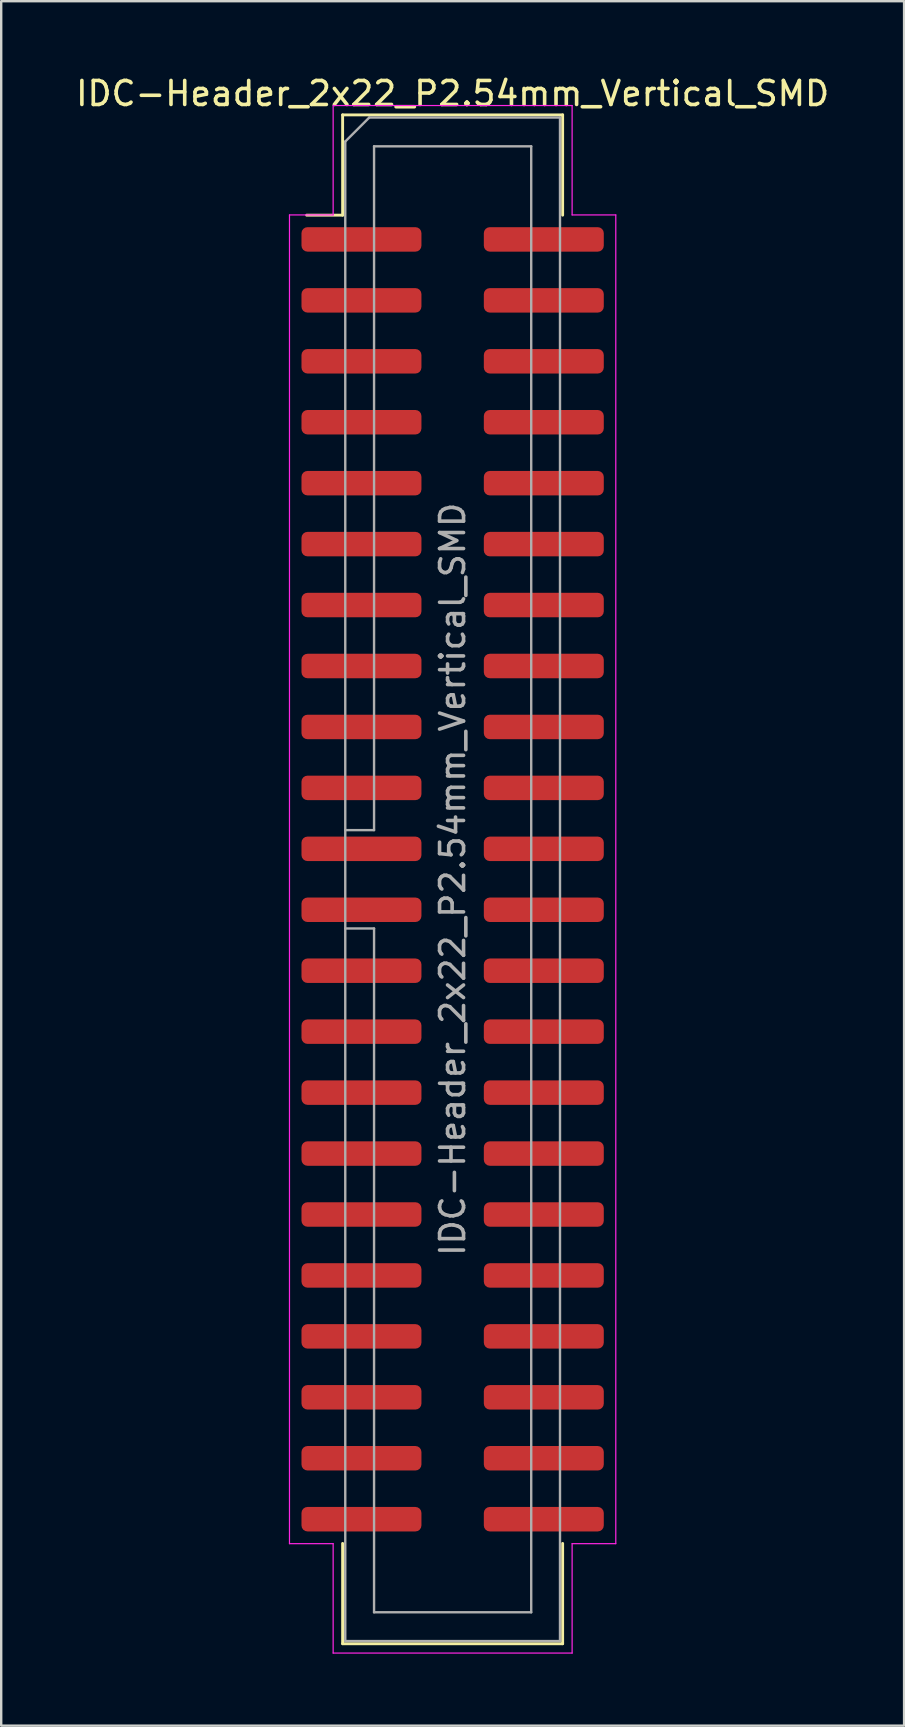
<source format=kicad_pcb>
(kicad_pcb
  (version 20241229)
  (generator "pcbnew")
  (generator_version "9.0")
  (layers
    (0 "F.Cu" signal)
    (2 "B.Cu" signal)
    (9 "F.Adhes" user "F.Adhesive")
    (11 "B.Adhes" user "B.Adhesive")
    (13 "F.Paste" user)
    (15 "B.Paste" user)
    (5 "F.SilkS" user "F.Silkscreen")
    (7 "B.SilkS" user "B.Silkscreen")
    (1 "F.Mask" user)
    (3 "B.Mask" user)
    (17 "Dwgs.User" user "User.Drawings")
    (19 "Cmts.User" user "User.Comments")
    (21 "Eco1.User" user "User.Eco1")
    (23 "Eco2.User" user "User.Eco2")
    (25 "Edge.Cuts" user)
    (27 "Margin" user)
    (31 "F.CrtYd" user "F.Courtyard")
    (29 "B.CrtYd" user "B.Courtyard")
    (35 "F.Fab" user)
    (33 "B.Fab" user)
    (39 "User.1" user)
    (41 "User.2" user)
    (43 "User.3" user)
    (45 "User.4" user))
  (footprint "IDC-Header_2x22_P2.54mm_Vertical_SMD"
    (layer "F.Cu")
    (at 15.815 33.598)
    (property "Reference" "IDC-Header_2x22_P2.54mm_Vertical_SMD" (at 0 -32.75 0) (layer "F.SilkS") (effects (font (size 1 1) (thickness 0.15))))
    (attr smd)
    (fp_line (start -4.585 -31.86) (end 4.585 -31.86) (stroke (width 0.12) (type solid)) (layer "F.SilkS"))
    (fp_line (start -4.585 -27.68) (end -6.085 -27.68) (stroke (width 0.12) (type solid)) (layer "F.SilkS"))
    (fp_line (start -4.585 -27.68) (end -4.585 -31.86) (stroke (width 0.12) (type solid)) (layer "F.SilkS"))
    (fp_line (start -4.585 27.68) (end -4.585 31.86) (stroke (width 0.12) (type solid)) (layer "F.SilkS"))
    (fp_line (start -4.585 31.86) (end 4.585 31.86) (stroke (width 0.12) (type solid)) (layer "F.SilkS"))
    (fp_line (start 4.585 -31.86) (end 4.585 -27.68) (stroke (width 0.12) (type solid)) (layer "F.SilkS"))
    (fp_line (start 4.585 31.86) (end 4.585 27.68) (stroke (width 0.12) (type solid)) (layer "F.SilkS"))
    (fp_line (start -6.8 -27.69) (end -6.8 27.69) (stroke (width 0.05) (type solid)) (layer "F.CrtYd"))
    (fp_line (start -6.8 27.69) (end -4.98 27.69) (stroke (width 0.05) (type solid)) (layer "F.CrtYd"))
    (fp_line (start -4.98 -32.25) (end -4.98 -27.69) (stroke (width 0.05) (type solid)) (layer "F.CrtYd"))
    (fp_line (start -4.98 -27.69) (end -6.8 -27.69) (stroke (width 0.05) (type solid)) (layer "F.CrtYd"))
    (fp_line (start -4.98 27.69) (end -4.98 32.25) (stroke (width 0.05) (type solid)) (layer "F.CrtYd"))
    (fp_line (start -4.98 32.25) (end 4.98 32.25) (stroke (width 0.05) (type solid)) (layer "F.CrtYd"))
    (fp_line (start 4.98 -32.25) (end -4.98 -32.25) (stroke (width 0.05) (type solid)) (layer "F.CrtYd"))
    (fp_line (start 4.98 -27.69) (end 4.98 -32.25) (stroke (width 0.05) (type solid)) (layer "F.CrtYd"))
    (fp_line (start 4.98 27.69) (end 6.8 27.69) (stroke (width 0.05) (type solid)) (layer "F.CrtYd"))
    (fp_line (start 4.98 32.25) (end 4.98 27.69) (stroke (width 0.05) (type solid)) (layer "F.CrtYd"))
    (fp_line (start 6.8 -27.69) (end 4.98 -27.69) (stroke (width 0.05) (type solid)) (layer "F.CrtYd"))
    (fp_line (start 6.8 27.69) (end 6.8 -27.69) (stroke (width 0.05) (type solid)) (layer "F.CrtYd"))
    (fp_line (start -4.475 -30.75) (end -3.475 -31.75) (stroke (width 0.1) (type solid)) (layer "F.Fab"))
    (fp_line (start -4.475 -2.05) (end -3.275 -2.05) (stroke (width 0.1) (type solid)) (layer "F.Fab"))
    (fp_line (start -4.475 31.75) (end -4.475 -30.75) (stroke (width 0.1) (type solid)) (layer "F.Fab"))
    (fp_line (start -3.475 -31.75) (end 4.475 -31.75) (stroke (width 0.1) (type solid)) (layer "F.Fab"))
    (fp_line (start -3.275 -30.55) (end 3.275 -30.55) (stroke (width 0.1) (type solid)) (layer "F.Fab"))
    (fp_line (start -3.275 -2.05) (end -3.275 -30.55) (stroke (width 0.1) (type solid)) (layer "F.Fab"))
    (fp_line (start -3.275 2.05) (end -4.475 2.05) (stroke (width 0.1) (type solid)) (layer "F.Fab"))
    (fp_line (start -3.275 30.55) (end -3.275 2.05) (stroke (width 0.1) (type solid)) (layer "F.Fab"))
    (fp_line (start 3.275 -30.55) (end 3.275 30.55) (stroke (width 0.1) (type solid)) (layer "F.Fab"))
    (fp_line (start 3.275 30.55) (end -3.275 30.55) (stroke (width 0.1) (type solid)) (layer "F.Fab"))
    (fp_line (start 4.475 -31.75) (end 4.475 31.75) (stroke (width 0.1) (type solid)) (layer "F.Fab"))
    (fp_line (start 4.475 31.75) (end -4.475 31.75) (stroke (width 0.1) (type solid)) (layer "F.Fab"))
    (fp_text user "${REFERENCE}" (at 0 0 90) (layer "F.Fab") (effects (font (size 1 1) (thickness 0.15))))
    (pad "1" smd roundrect (at -3.8 -26.67) (size 5 1.02) (layers "F.Cu" "F.Mask" "F.Paste") (roundrect_rratio 0.245))
    (pad "2" smd roundrect (at 3.8 -26.67) (size 5 1.02) (layers "F.Cu" "F.Mask" "F.Paste") (roundrect_rratio 0.245))
    (pad "3" smd roundrect (at -3.8 -24.13) (size 5 1.02) (layers "F.Cu" "F.Mask" "F.Paste") (roundrect_rratio 0.245))
    (pad "4" smd roundrect (at 3.8 -24.13) (size 5 1.02) (layers "F.Cu" "F.Mask" "F.Paste") (roundrect_rratio 0.245))
    (pad "5" smd roundrect (at -3.8 -21.59) (size 5 1.02) (layers "F.Cu" "F.Mask" "F.Paste") (roundrect_rratio 0.245))
    (pad "6" smd roundrect (at 3.8 -21.59) (size 5 1.02) (layers "F.Cu" "F.Mask" "F.Paste") (roundrect_rratio 0.245))
    (pad "7" smd roundrect (at -3.8 -19.05) (size 5 1.02) (layers "F.Cu" "F.Mask" "F.Paste") (roundrect_rratio 0.245))
    (pad "8" smd roundrect (at 3.8 -19.05) (size 5 1.02) (layers "F.Cu" "F.Mask" "F.Paste") (roundrect_rratio 0.245))
    (pad "9" smd roundrect (at -3.8 -16.51) (size 5 1.02) (layers "F.Cu" "F.Mask" "F.Paste") (roundrect_rratio 0.245))
    (pad "10" smd roundrect (at 3.8 -16.51) (size 5 1.02) (layers "F.Cu" "F.Mask" "F.Paste") (roundrect_rratio 0.245))
    (pad "11" smd roundrect (at -3.8 -13.97) (size 5 1.02) (layers "F.Cu" "F.Mask" "F.Paste") (roundrect_rratio 0.245))
    (pad "12" smd roundrect (at 3.8 -13.97) (size 5 1.02) (layers "F.Cu" "F.Mask" "F.Paste") (roundrect_rratio 0.245))
    (pad "13" smd roundrect (at -3.8 -11.43) (size 5 1.02) (layers "F.Cu" "F.Mask" "F.Paste") (roundrect_rratio 0.245))
    (pad "14" smd roundrect (at 3.8 -11.43) (size 5 1.02) (layers "F.Cu" "F.Mask" "F.Paste") (roundrect_rratio 0.245))
    (pad "15" smd roundrect (at -3.8 -8.89) (size 5 1.02) (layers "F.Cu" "F.Mask" "F.Paste") (roundrect_rratio 0.245))
    (pad "16" smd roundrect (at 3.8 -8.89) (size 5 1.02) (layers "F.Cu" "F.Mask" "F.Paste") (roundrect_rratio 0.245))
    (pad "17" smd roundrect (at -3.8 -6.35) (size 5 1.02) (layers "F.Cu" "F.Mask" "F.Paste") (roundrect_rratio 0.245))
    (pad "18" smd roundrect (at 3.8 -6.35) (size 5 1.02) (layers "F.Cu" "F.Mask" "F.Paste") (roundrect_rratio 0.245))
    (pad "19" smd roundrect (at -3.8 -3.81) (size 5 1.02) (layers "F.Cu" "F.Mask" "F.Paste") (roundrect_rratio 0.245))
    (pad "20" smd roundrect (at 3.8 -3.81) (size 5 1.02) (layers "F.Cu" "F.Mask" "F.Paste") (roundrect_rratio 0.245))
    (pad "21" smd roundrect (at -3.8 -1.27) (size 5 1.02) (layers "F.Cu" "F.Mask" "F.Paste") (roundrect_rratio 0.245))
    (pad "22" smd roundrect (at 3.8 -1.27) (size 5 1.02) (layers "F.Cu" "F.Mask" "F.Paste") (roundrect_rratio 0.245))
    (pad "23" smd roundrect (at -3.8 1.27) (size 5 1.02) (layers "F.Cu" "F.Mask" "F.Paste") (roundrect_rratio 0.245))
    (pad "24" smd roundrect (at 3.8 1.27) (size 5 1.02) (layers "F.Cu" "F.Mask" "F.Paste") (roundrect_rratio 0.245))
    (pad "25" smd roundrect (at -3.8 3.81) (size 5 1.02) (layers "F.Cu" "F.Mask" "F.Paste") (roundrect_rratio 0.245))
    (pad "26" smd roundrect (at 3.8 3.81) (size 5 1.02) (layers "F.Cu" "F.Mask" "F.Paste") (roundrect_rratio 0.245))
    (pad "27" smd roundrect (at -3.8 6.35) (size 5 1.02) (layers "F.Cu" "F.Mask" "F.Paste") (roundrect_rratio 0.245))
    (pad "28" smd roundrect (at 3.8 6.35) (size 5 1.02) (layers "F.Cu" "F.Mask" "F.Paste") (roundrect_rratio 0.245))
    (pad "29" smd roundrect (at -3.8 8.89) (size 5 1.02) (layers "F.Cu" "F.Mask" "F.Paste") (roundrect_rratio 0.245))
    (pad "30" smd roundrect (at 3.8 8.89) (size 5 1.02) (layers "F.Cu" "F.Mask" "F.Paste") (roundrect_rratio 0.245))
    (pad "31" smd roundrect (at -3.8 11.43) (size 5 1.02) (layers "F.Cu" "F.Mask" "F.Paste") (roundrect_rratio 0.245))
    (pad "32" smd roundrect (at 3.8 11.43) (size 5 1.02) (layers "F.Cu" "F.Mask" "F.Paste") (roundrect_rratio 0.245))
    (pad "33" smd roundrect (at -3.8 13.97) (size 5 1.02) (layers "F.Cu" "F.Mask" "F.Paste") (roundrect_rratio 0.245))
    (pad "34" smd roundrect (at 3.8 13.97) (size 5 1.02) (layers "F.Cu" "F.Mask" "F.Paste") (roundrect_rratio 0.245))
    (pad "35" smd roundrect (at -3.8 16.51) (size 5 1.02) (layers "F.Cu" "F.Mask" "F.Paste") (roundrect_rratio 0.245))
    (pad "36" smd roundrect (at 3.8 16.51) (size 5 1.02) (layers "F.Cu" "F.Mask" "F.Paste") (roundrect_rratio 0.245))
    (pad "37" smd roundrect (at -3.8 19.05) (size 5 1.02) (layers "F.Cu" "F.Mask" "F.Paste") (roundrect_rratio 0.245))
    (pad "38" smd roundrect (at 3.8 19.05) (size 5 1.02) (layers "F.Cu" "F.Mask" "F.Paste") (roundrect_rratio 0.245))
    (pad "39" smd roundrect (at -3.8 21.59) (size 5 1.02) (layers "F.Cu" "F.Mask" "F.Paste") (roundrect_rratio 0.245))
    (pad "40" smd roundrect (at 3.8 21.59) (size 5 1.02) (layers "F.Cu" "F.Mask" "F.Paste") (roundrect_rratio 0.245))
    (pad "41" smd roundrect (at -3.8 24.13) (size 5 1.02) (layers "F.Cu" "F.Mask" "F.Paste") (roundrect_rratio 0.245))
    (pad "42" smd roundrect (at 3.8 24.13) (size 5 1.02) (layers "F.Cu" "F.Mask" "F.Paste") (roundrect_rratio 0.245))
    (pad "43" smd roundrect (at -3.8 26.67) (size 5 1.02) (layers "F.Cu" "F.Mask" "F.Paste") (roundrect_rratio 0.245))
    (pad "44" smd roundrect (at 3.8 26.67) (size 5 1.02) (layers "F.Cu" "F.Mask" "F.Paste") (roundrect_rratio 0.245)))
  (gr_rect
    (start -3 -3)
    (end 34.631 68.873)
    (stroke (width 0.1) (type default))
    (fill no)
    (layer "Edge.Cuts")))
</source>
